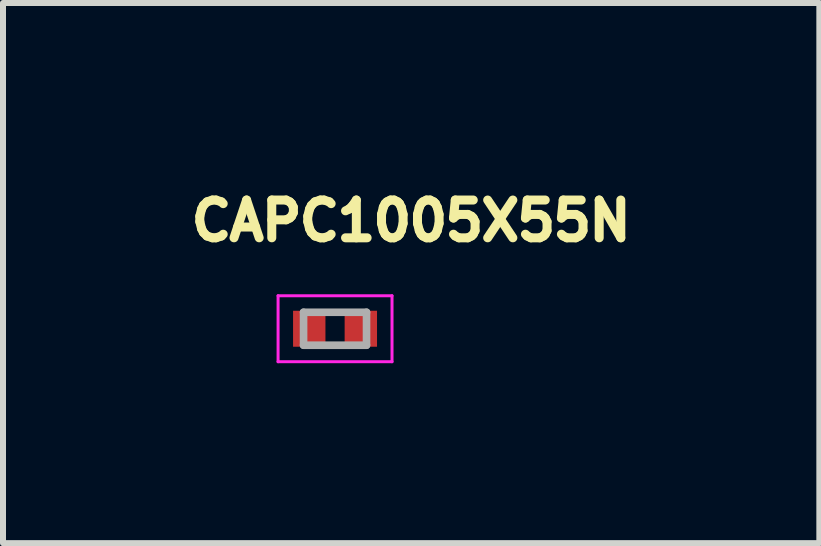
<source format=kicad_pcb>
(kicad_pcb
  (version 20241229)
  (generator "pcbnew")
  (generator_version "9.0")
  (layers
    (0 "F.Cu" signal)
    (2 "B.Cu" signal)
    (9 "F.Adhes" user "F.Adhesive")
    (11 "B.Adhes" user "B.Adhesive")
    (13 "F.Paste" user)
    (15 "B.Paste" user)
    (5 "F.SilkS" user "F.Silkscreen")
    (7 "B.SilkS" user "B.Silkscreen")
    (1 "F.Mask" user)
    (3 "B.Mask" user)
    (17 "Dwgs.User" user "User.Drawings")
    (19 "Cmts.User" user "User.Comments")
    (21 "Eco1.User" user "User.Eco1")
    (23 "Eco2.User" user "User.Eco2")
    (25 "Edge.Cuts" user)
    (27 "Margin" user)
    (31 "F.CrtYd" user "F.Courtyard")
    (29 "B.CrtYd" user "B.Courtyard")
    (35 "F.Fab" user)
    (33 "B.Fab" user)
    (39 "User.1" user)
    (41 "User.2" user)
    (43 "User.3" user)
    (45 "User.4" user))
  (footprint "CAPC1005X55N"
    (layer "F.Cu")
    (at 2.537 2.432)
    (property "Reference" "CAPC1005X55N" (at 1.27 -1.8 0) (layer "F.SilkS") (effects (font (size 0.63 0.63) (thickness 0.15))))
    (attr smd)
    (fp_line (start -0.95 -0.55) (end 0.95 -0.55) (stroke (width 0.05) (type solid)) (layer "F.CrtYd"))
    (fp_line (start -0.95 0.55) (end -0.95 -0.55) (stroke (width 0.05) (type solid)) (layer "F.CrtYd"))
    (fp_line (start 0.95 -0.55) (end 0.95 0.55) (stroke (width 0.05) (type solid)) (layer "F.CrtYd"))
    (fp_line (start 0.95 0.55) (end -0.95 0.55) (stroke (width 0.05) (type solid)) (layer "F.CrtYd"))
    (fp_line (start -0.525 -0.275) (end 0.525 -0.275) (stroke (width 0.127) (type solid)) (layer "F.Fab"))
    (fp_line (start -0.525 0.275) (end -0.525 -0.275) (stroke (width 0.127) (type solid)) (layer "F.Fab"))
    (fp_line (start 0.525 -0.275) (end 0.525 0.275) (stroke (width 0.127) (type solid)) (layer "F.Fab"))
    (fp_line (start 0.525 0.275) (end -0.525 0.275) (stroke (width 0.127) (type solid)) (layer "F.Fab"))
    (pad "1" smd rect (at -0.43 0) (size 0.54 0.6) (layers "F.Cu" "F.Mask" "F.Paste"))
    (pad "2" smd rect (at 0.43 0) (size 0.54 0.6) (layers "F.Cu" "F.Mask" "F.Paste")))
  (gr_rect
    (start -3 -3)
    (end 10.613 6.007)
    (stroke (width 0.1) (type default))
    (fill no)
    (layer "Edge.Cuts")))
</source>
